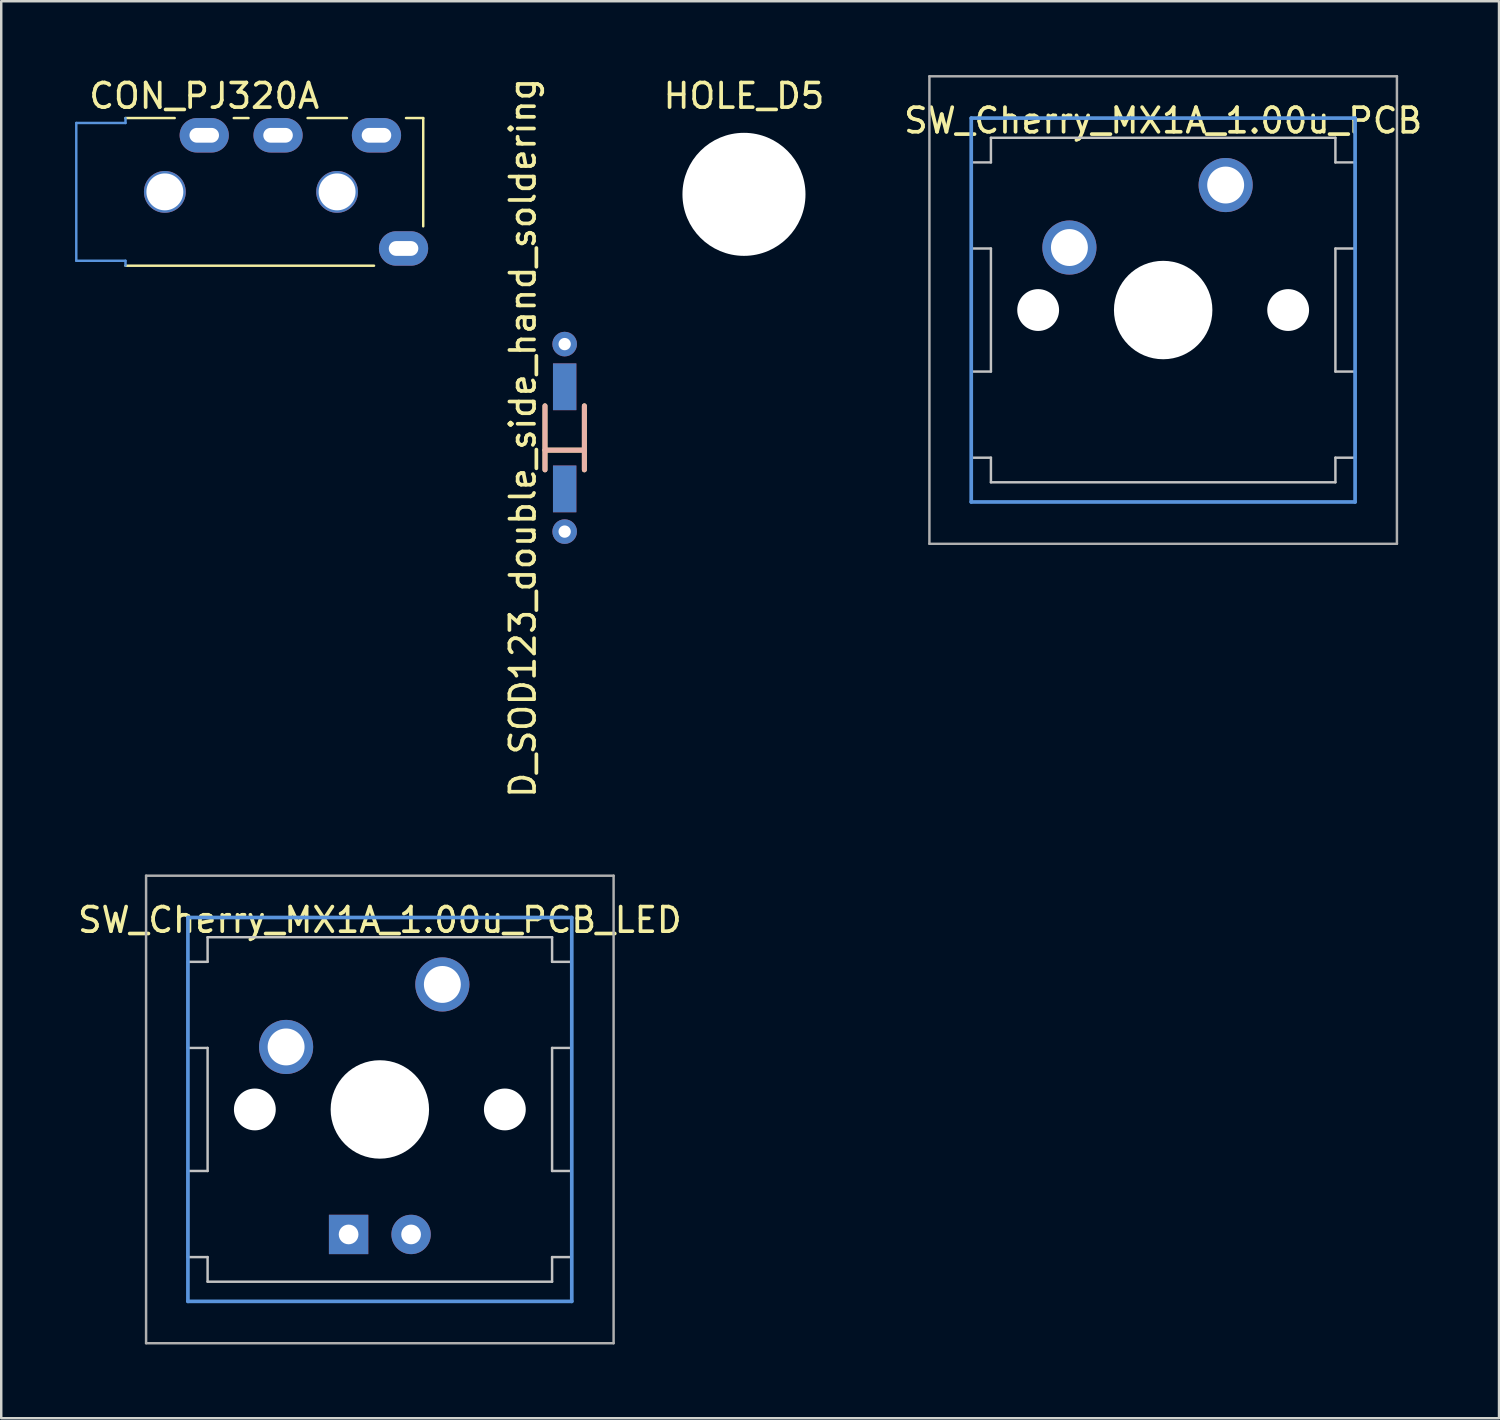
<source format=kicad_pcb>
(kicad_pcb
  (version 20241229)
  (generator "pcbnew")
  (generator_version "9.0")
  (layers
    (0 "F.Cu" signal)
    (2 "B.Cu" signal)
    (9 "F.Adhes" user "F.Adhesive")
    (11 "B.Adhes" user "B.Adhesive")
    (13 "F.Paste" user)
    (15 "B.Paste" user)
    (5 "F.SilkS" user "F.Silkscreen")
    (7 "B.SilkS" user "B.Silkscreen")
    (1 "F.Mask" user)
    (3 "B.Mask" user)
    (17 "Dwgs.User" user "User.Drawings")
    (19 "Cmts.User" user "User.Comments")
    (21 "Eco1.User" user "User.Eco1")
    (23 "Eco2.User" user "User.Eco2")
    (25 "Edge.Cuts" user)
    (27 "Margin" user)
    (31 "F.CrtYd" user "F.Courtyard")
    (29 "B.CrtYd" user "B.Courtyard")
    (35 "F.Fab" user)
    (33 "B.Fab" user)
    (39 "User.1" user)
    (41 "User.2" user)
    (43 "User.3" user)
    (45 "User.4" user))
  (footprint "D_SOD123_double_side_hand_soldering"
    (layer "F.Cu")
    (at 19.898 14.744)
    (property "Reference" "D_SOD123_double_side_hand_soldering" (at -1.7 0 90) (layer "F.SilkS") (effects (font (size 1 1) (thickness 0.15))))
    (attr through_hole)
    (fp_line (start -0.8 0.5) (end 0.8 0.5) (stroke (width 0.2) (type solid)) (layer "F.SilkS"))
    (fp_line (start -0.8 1.3) (end -0.8 -1.3) (stroke (width 0.2) (type solid)) (layer "F.SilkS"))
    (fp_line (start 0.8 -1.3) (end 0.8 1.3) (stroke (width 0.2) (type solid)) (layer "F.SilkS"))
    (fp_line (start -0.8 -1.3) (end -0.8 1.3) (stroke (width 0.2) (type solid)) (layer "B.SilkS"))
    (fp_line (start -0.8 0.5) (end 0.8 0.5) (stroke (width 0.2) (type solid)) (layer "B.SilkS"))
    (fp_line (start 0.8 -1.3) (end 0.8 1.3) (stroke (width 0.2) (type solid)) (layer "B.SilkS"))
    (pad "1" smd rect (at 0 2.075) (size 0.95 1.9) (layers "F.Cu" "F.Mask" "F.Paste"))
    (pad "1" smd rect (at 0 2.075) (size 0.95 1.9) (layers "B.Cu" "B.Mask" "B.Paste"))
    (pad "1" thru_hole circle (at 0 3.81) (size 1 1) (drill 0.5) (layers "*.Cu"))
    (pad "2" thru_hole circle (at 0 -3.81) (size 1 1) (drill 0.5) (layers "*.Cu"))
    (pad "2" smd rect (at 0 -2.075) (size 0.95 1.9) (layers "F.Cu" "F.Mask" "F.Paste"))
    (pad "2" smd rect (at 0 -2.075) (size 0.95 1.9) (layers "B.Cu" "B.Mask" "B.Paste")))
  (footprint "SW_Cherry_MX1A_1.00u_PCB"
    (layer "F.Cu")
    (at 44.221 9.55)
    (property "Reference" "SW_Cherry_MX1A_1.00u_PCB" (at 0 -7.7 0) (layer "F.SilkS") (effects (font (size 1 1) (thickness 0.15))))
    (attr through_hole)
    (fp_line (start -7.8 -6) (end -7 -6) (stroke (width 0.1) (type solid)) (layer "Dwgs.User"))
    (fp_line (start -7.8 -2.5) (end -7.8 -6) (stroke (width 0.1) (type solid)) (layer "Dwgs.User"))
    (fp_line (start -7.8 -2.5) (end -7 -2.5) (stroke (width 0.1) (type solid)) (layer "Dwgs.User"))
    (fp_line (start -7.8 2.5) (end -7 2.5) (stroke (width 0.1) (type solid)) (layer "Dwgs.User"))
    (fp_line (start -7.8 6) (end -7.8 2.5) (stroke (width 0.1) (type solid)) (layer "Dwgs.User"))
    (fp_line (start -7.8 6) (end -7 6) (stroke (width 0.1) (type solid)) (layer "Dwgs.User"))
    (fp_line (start -7 -7) (end 7 -7) (stroke (width 0.1) (type solid)) (layer "Dwgs.User"))
    (fp_line (start -7 -6) (end -7 -7) (stroke (width 0.1) (type solid)) (layer "Dwgs.User"))
    (fp_line (start -7 -2.5) (end -7 2.5) (stroke (width 0.1) (type solid)) (layer "Dwgs.User"))
    (fp_line (start -7 7) (end -7 6) (stroke (width 0.1) (type solid)) (layer "Dwgs.User"))
    (fp_line (start -7 7) (end 7 7) (stroke (width 0.1) (type solid)) (layer "Dwgs.User"))
    (fp_line (start 7 -6) (end 7 -7) (stroke (width 0.1) (type solid)) (layer "Dwgs.User"))
    (fp_line (start 7 -6) (end 7.8 -6) (stroke (width 0.1) (type solid)) (layer "Dwgs.User"))
    (fp_line (start 7 -2.5) (end 7 2.5) (stroke (width 0.1) (type solid)) (layer "Dwgs.User"))
    (fp_line (start 7 -2.5) (end 7.8 -2.5) (stroke (width 0.1) (type solid)) (layer "Dwgs.User"))
    (fp_line (start 7 2.5) (end 7.8 2.5) (stroke (width 0.1) (type solid)) (layer "Dwgs.User"))
    (fp_line (start 7 6) (end 7.8 6) (stroke (width 0.1) (type solid)) (layer "Dwgs.User"))
    (fp_line (start 7 7) (end 7 6) (stroke (width 0.1) (type solid)) (layer "Dwgs.User"))
    (fp_line (start 7.8 -2.5) (end 7.8 -6) (stroke (width 0.1) (type solid)) (layer "Dwgs.User"))
    (fp_line (start 7.8 6) (end 7.8 2.5) (stroke (width 0.1) (type solid)) (layer "Dwgs.User"))
    (fp_line (start -7.8 -7.8) (end 7.8 -7.8) (stroke (width 0.15) (type solid)) (layer "Cmts.User"))
    (fp_line (start -7.8 7.8) (end -7.8 -7.8) (stroke (width 0.15) (type solid)) (layer "Cmts.User"))
    (fp_line (start 7.8 -7.8) (end 7.8 7.8) (stroke (width 0.15) (type solid)) (layer "Cmts.User"))
    (fp_line (start 7.8 7.8) (end -7.8 7.8) (stroke (width 0.15) (type solid)) (layer "Cmts.User"))
    (fp_line (start -9.5 -9.5) (end 9.5 -9.5) (stroke (width 0.1) (type solid)) (layer "F.Fab"))
    (fp_line (start -9.5 9.5) (end -9.5 -9.5) (stroke (width 0.1) (type solid)) (layer "F.Fab"))
    (fp_line (start 9.5 -9.5) (end 9.5 9.5) (stroke (width 0.1) (type solid)) (layer "F.Fab"))
    (fp_line (start 9.5 9.5) (end -9.5 9.5) (stroke (width 0.1) (type solid)) (layer "F.Fab"))
    (pad "" np_thru_hole circle (at -5.08 0) (size 1.7 1.7) (drill 1.7) (layers "*.Cu" "*.Mask"))
    (pad "" np_thru_hole circle (at 0 0) (size 4 4) (drill 4) (layers "*.Cu" "*.Mask"))
    (pad "" np_thru_hole circle (at 5.08 0) (size 1.7 1.7) (drill 1.7) (layers "*.Cu" "*.Mask"))
    (pad "1" thru_hole circle (at -3.81 -2.54) (size 2.2 2.2) (drill 1.5) (layers "*.Cu" "*.Mask"))
    (pad "2" thru_hole circle (at 2.54 -5.08) (size 2.2 2.2) (drill 1.5) (layers "*.Cu" "*.Mask")))
  (footprint "HOLE_D5"
    (layer "F.Cu")
    (at 27.185 4.848)
    (property "Reference" "HOLE_D5" (at 0 -4 0) (layer "F.SilkS") (effects (font (size 1 1) (thickness 0.15))))
    (attr through_hole)
    (fp_circle (center 0 0) (end 1.1 0) (stroke (width 0.1) (type solid)) (fill no) (layer "Dwgs.User"))
    (pad "" np_thru_hole circle (at 0 0) (size 5 5) (drill 5) (layers "*.Cu" "*.Mask")))
  (footprint "SW_Cherry_MX1A_1.00u_PCB_LED"
    (layer "F.Cu")
    (at 12.387 42.038)
    (property "Reference" "SW_Cherry_MX1A_1.00u_PCB_LED" (at 0 -7.7 0) (layer "F.SilkS") (effects (font (size 1 1) (thickness 0.15))))
    (attr through_hole)
    (fp_line (start -7.8 -6) (end -7 -6) (stroke (width 0.1) (type solid)) (layer "Dwgs.User"))
    (fp_line (start -7.8 -2.5) (end -7.8 -6) (stroke (width 0.1) (type solid)) (layer "Dwgs.User"))
    (fp_line (start -7.8 -2.5) (end -7 -2.5) (stroke (width 0.1) (type solid)) (layer "Dwgs.User"))
    (fp_line (start -7.8 2.5) (end -7 2.5) (stroke (width 0.1) (type solid)) (layer "Dwgs.User"))
    (fp_line (start -7.8 6) (end -7.8 2.5) (stroke (width 0.1) (type solid)) (layer "Dwgs.User"))
    (fp_line (start -7.8 6) (end -7 6) (stroke (width 0.1) (type solid)) (layer "Dwgs.User"))
    (fp_line (start -7 -7) (end 7 -7) (stroke (width 0.1) (type solid)) (layer "Dwgs.User"))
    (fp_line (start -7 -6) (end -7 -7) (stroke (width 0.1) (type solid)) (layer "Dwgs.User"))
    (fp_line (start -7 -2.5) (end -7 2.5) (stroke (width 0.1) (type solid)) (layer "Dwgs.User"))
    (fp_line (start -7 7) (end -7 6) (stroke (width 0.1) (type solid)) (layer "Dwgs.User"))
    (fp_line (start -7 7) (end 7 7) (stroke (width 0.1) (type solid)) (layer "Dwgs.User"))
    (fp_line (start 7 -6) (end 7 -7) (stroke (width 0.1) (type solid)) (layer "Dwgs.User"))
    (fp_line (start 7 -6) (end 7.8 -6) (stroke (width 0.1) (type solid)) (layer "Dwgs.User"))
    (fp_line (start 7 -2.5) (end 7 2.5) (stroke (width 0.1) (type solid)) (layer "Dwgs.User"))
    (fp_line (start 7 -2.5) (end 7.8 -2.5) (stroke (width 0.1) (type solid)) (layer "Dwgs.User"))
    (fp_line (start 7 2.5) (end 7.8 2.5) (stroke (width 0.1) (type solid)) (layer "Dwgs.User"))
    (fp_line (start 7 6) (end 7.8 6) (stroke (width 0.1) (type solid)) (layer "Dwgs.User"))
    (fp_line (start 7 7) (end 7 6) (stroke (width 0.1) (type solid)) (layer "Dwgs.User"))
    (fp_line (start 7.8 -2.5) (end 7.8 -6) (stroke (width 0.1) (type solid)) (layer "Dwgs.User"))
    (fp_line (start 7.8 6) (end 7.8 2.5) (stroke (width 0.1) (type solid)) (layer "Dwgs.User"))
    (fp_line (start -7.8 -7.8) (end 7.8 -7.8) (stroke (width 0.15) (type solid)) (layer "Cmts.User"))
    (fp_line (start -7.8 7.8) (end -7.8 -7.8) (stroke (width 0.15) (type solid)) (layer "Cmts.User"))
    (fp_line (start 7.8 -7.8) (end 7.8 7.8) (stroke (width 0.15) (type solid)) (layer "Cmts.User"))
    (fp_line (start 7.8 7.8) (end -7.8 7.8) (stroke (width 0.15) (type solid)) (layer "Cmts.User"))
    (fp_line (start -9.5 -9.5) (end 9.5 -9.5) (stroke (width 0.1) (type solid)) (layer "F.Fab"))
    (fp_line (start -9.5 9.5) (end -9.5 -9.5) (stroke (width 0.1) (type solid)) (layer "F.Fab"))
    (fp_line (start 9.5 -9.5) (end 9.5 9.5) (stroke (width 0.1) (type solid)) (layer "F.Fab"))
    (fp_line (start 9.5 9.5) (end -9.5 9.5) (stroke (width 0.1) (type solid)) (layer "F.Fab"))
    (pad "" np_thru_hole circle (at -5.08 0) (size 1.7 1.7) (drill 1.7) (layers "*.Cu" "*.Mask"))
    (pad "" np_thru_hole circle (at 0 0) (size 4 4) (drill 4) (layers "*.Cu" "*.Mask"))
    (pad "" np_thru_hole circle (at 5.08 0) (size 1.7 1.7) (drill 1.7) (layers "*.Cu" "*.Mask"))
    (pad "1" thru_hole circle (at -3.81 -2.54) (size 2.2 2.2) (drill 1.5) (layers "*.Cu" "*.Mask"))
    (pad "2" thru_hole rect (at -1.27 5.08) (size 1.6 1.6) (drill 0.8) (layers "*.Cu" "*.Mask"))
    (pad "3" thru_hole circle (at 1.27 5.08) (size 1.6 1.6) (drill 0.8) (layers "*.Cu" "*.Mask"))
    (pad "4" thru_hole circle (at 2.54 -5.08) (size 2.2 2.2) (drill 1.5) (layers "*.Cu" "*.Mask")))
  (footprint "CON_PJ320A"
    (layer "F.Cu")
    (at 2.05 4.748)
    (property "Reference" "CON_PJ320A" (at 3.2 -3.9 0) (layer "F.SilkS") (effects (font (size 1 1) (thickness 0.15))))
    (attr through_hole)
    (fp_line (start 0 -3) (end 2 -3) (stroke (width 0.1) (type solid)) (layer "F.SilkS"))
    (fp_line (start 0 3) (end 10.1 3) (stroke (width 0.1) (type solid)) (layer "F.SilkS"))
    (fp_line (start 4.4 -3) (end 5 -3) (stroke (width 0.1) (type solid)) (layer "F.SilkS"))
    (fp_line (start 7.4 -3) (end 9 -3) (stroke (width 0.1) (type solid)) (layer "F.SilkS"))
    (fp_line (start 11.4 -3) (end 12.1 -3) (stroke (width 0.1) (type solid)) (layer "F.SilkS"))
    (fp_line (start 12.1 -3) (end 12.1 1.4) (stroke (width 0.1) (type solid)) (layer "F.SilkS"))
    (fp_line (start -2 -2.8) (end -2 2.8) (stroke (width 0.1) (type solid)) (layer "Cmts.User"))
    (fp_line (start -2 2.8) (end 0 2.8) (stroke (width 0.1) (type solid)) (layer "Cmts.User"))
    (fp_line (start 0 -3) (end 0 -2.8) (stroke (width 0.1) (type solid)) (layer "Cmts.User"))
    (fp_line (start 0 -2.8) (end -2 -2.8) (stroke (width 0.1) (type solid)) (layer "Cmts.User"))
    (fp_line (start 0 2.8) (end 0 3) (stroke (width 0.1) (type solid)) (layer "Cmts.User"))
    (pad "" np_thru_hole circle (at 1.6 0) (size 1.7 1.7) (drill 1.5) (layers "*.Cu" "*.Mask"))
    (pad "" np_thru_hole circle (at 8.6 0) (size 1.7 1.7) (drill 1.5) (layers "*.Cu" "*.Mask"))
    (pad "1" thru_hole oval (at 10.2 -2.3) (size 2 1.4) (drill oval 1.2 0.6) (layers "*.Cu" "*.Mask"))
    (pad "2" thru_hole oval (at 6.2 -2.3) (size 2 1.4) (drill oval 1.2 0.6) (layers "*.Cu" "*.Mask"))
    (pad "3" thru_hole oval (at 3.2 -2.3) (size 2 1.4) (drill oval 1.2 0.6) (layers "*.Cu" "*.Mask"))
    (pad "4" thru_hole oval (at 11.3 2.3) (size 2 1.4) (drill oval 1.2 0.6) (layers "*.Cu" "*.Mask")))
  (gr_rect
    (start -3 -3)
    (end 57.87 54.588)
    (stroke (width 0.1) (type default))
    (fill no)
    (layer "Edge.Cuts")))
</source>
